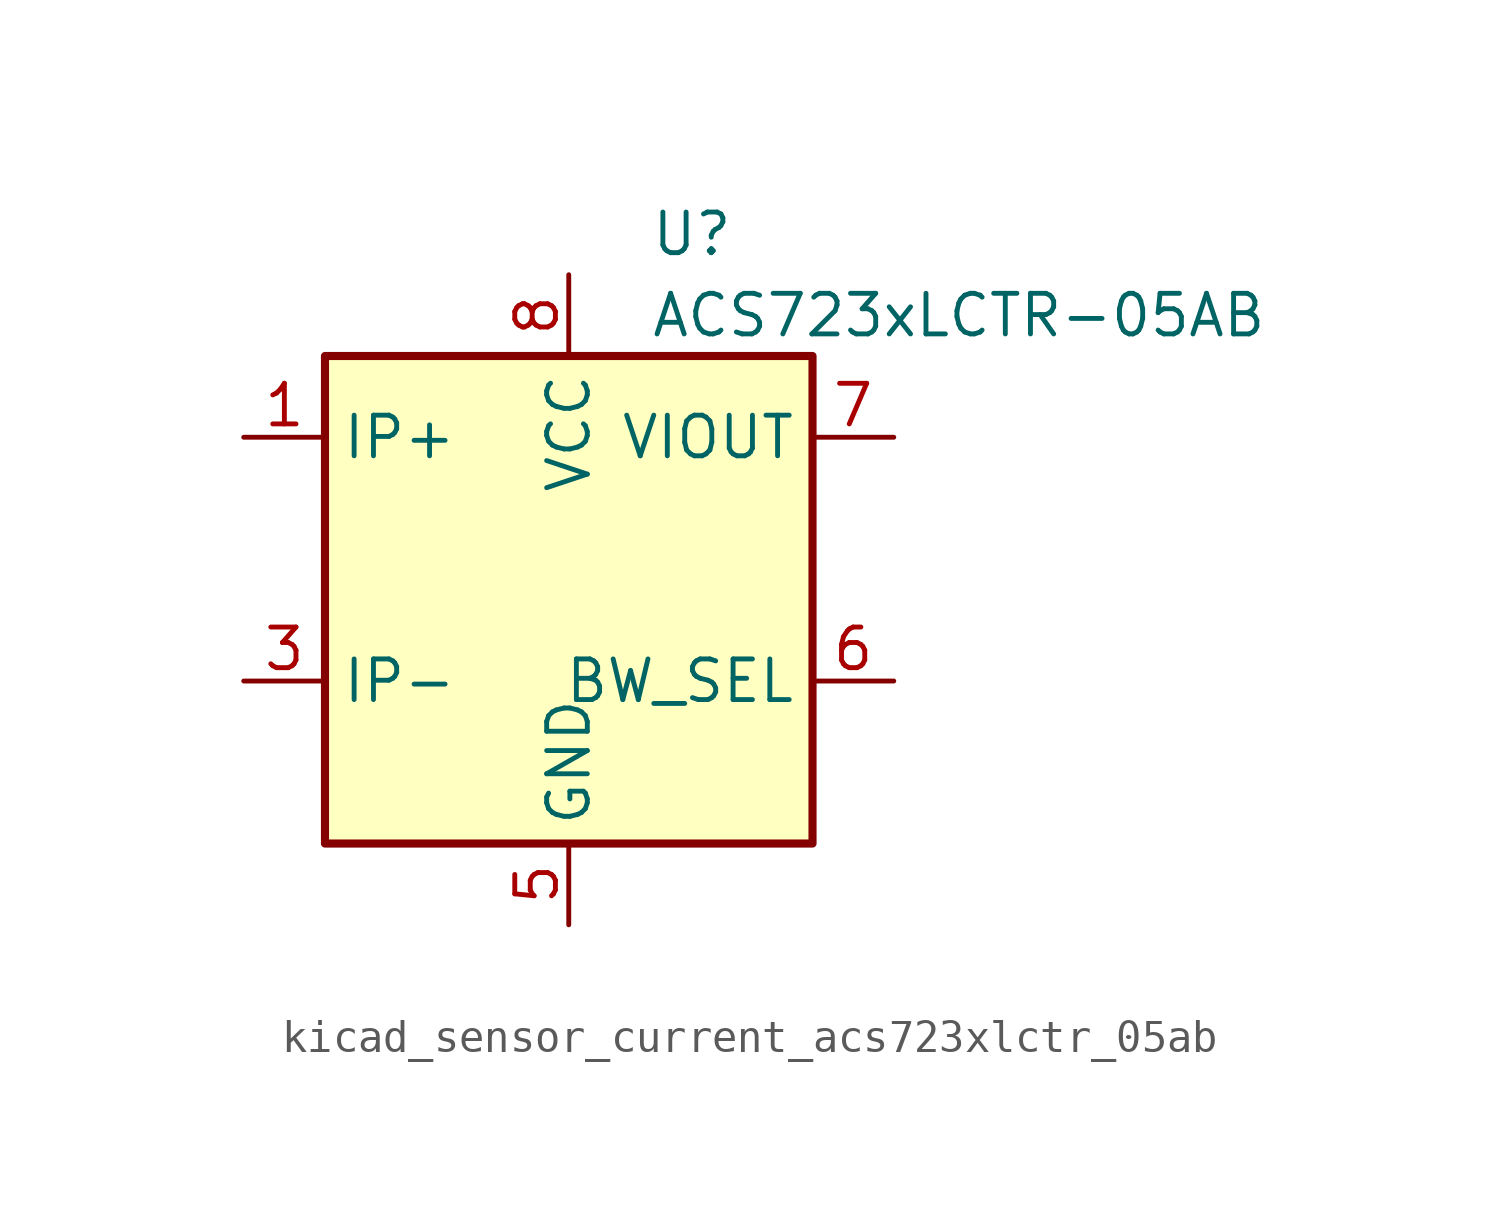
<source format=kicad_sym>
(kicad_symbol_lib
  (version 20220914)
  (generator kicad_symbol_editor)
  (symbol "kicad_sensor_current_acs723xlctr_05ab"
    (property "Reference" "U"
      (at 2.54 11.43 0)
      (effects (font (size 1.27 1.27)) (justify left)))
    (property "Value" "ACS723xLCTR-05AB"
      (at 2.54 8.89 0)
      (effects (font (size 1.27 1.27)) (justify left)))
    (symbol "kicad_sensor_current_acs723xlctr_05ab_0_1"
      (rectangle (start -7.62 7.62) (end 7.62 -7.62) (stroke (width 0.254) (type default)) (fill (type background))))
    (symbol "kicad_sensor_current_acs723xlctr_05ab_1_1"
      (pin passive line (at -10.16 5.08 0) (length 2.54) (name "IP+" (effects (font (size 1.27 1.27)))) (number "1" (effects (font (size 1.27 1.27)))))
      (pin passive line (at -10.16 5.08 0) (length 2.54) hide (name "IP+" (effects (font (size 1.27 1.27)))) (number "2" (effects (font (size 1.27 1.27)))))
      (pin passive line (at -10.16 -2.54 0) (length 2.54) (name "IP-" (effects (font (size 1.27 1.27)))) (number "3" (effects (font (size 1.27 1.27)))))
      (pin passive line (at -10.16 -2.54 0) (length 2.54) hide (name "IP-" (effects (font (size 1.27 1.27)))) (number "4" (effects (font (size 1.27 1.27)))))
      (pin power_in line (at 0 -10.16 90) (length 2.54) (name "GND" (effects (font (size 1.27 1.27)))) (number "5" (effects (font (size 1.27 1.27)))))
      (pin input line (at 10.16 -2.54 180) (length 2.54) (name "BW_SEL" (effects (font (size 1.27 1.27)))) (number "6" (effects (font (size 1.27 1.27)))))
      (pin output line (at 10.16 5.08 180) (length 2.54) (name "VIOUT" (effects (font (size 1.27 1.27)))) (number "7" (effects (font (size 1.27 1.27)))))
      (pin power_in line (at 0 10.16 270) (length 2.54) (name "VCC" (effects (font (size 1.27 1.27)))) (number "8" (effects (font (size 1.27 1.27))))))))
</source>
